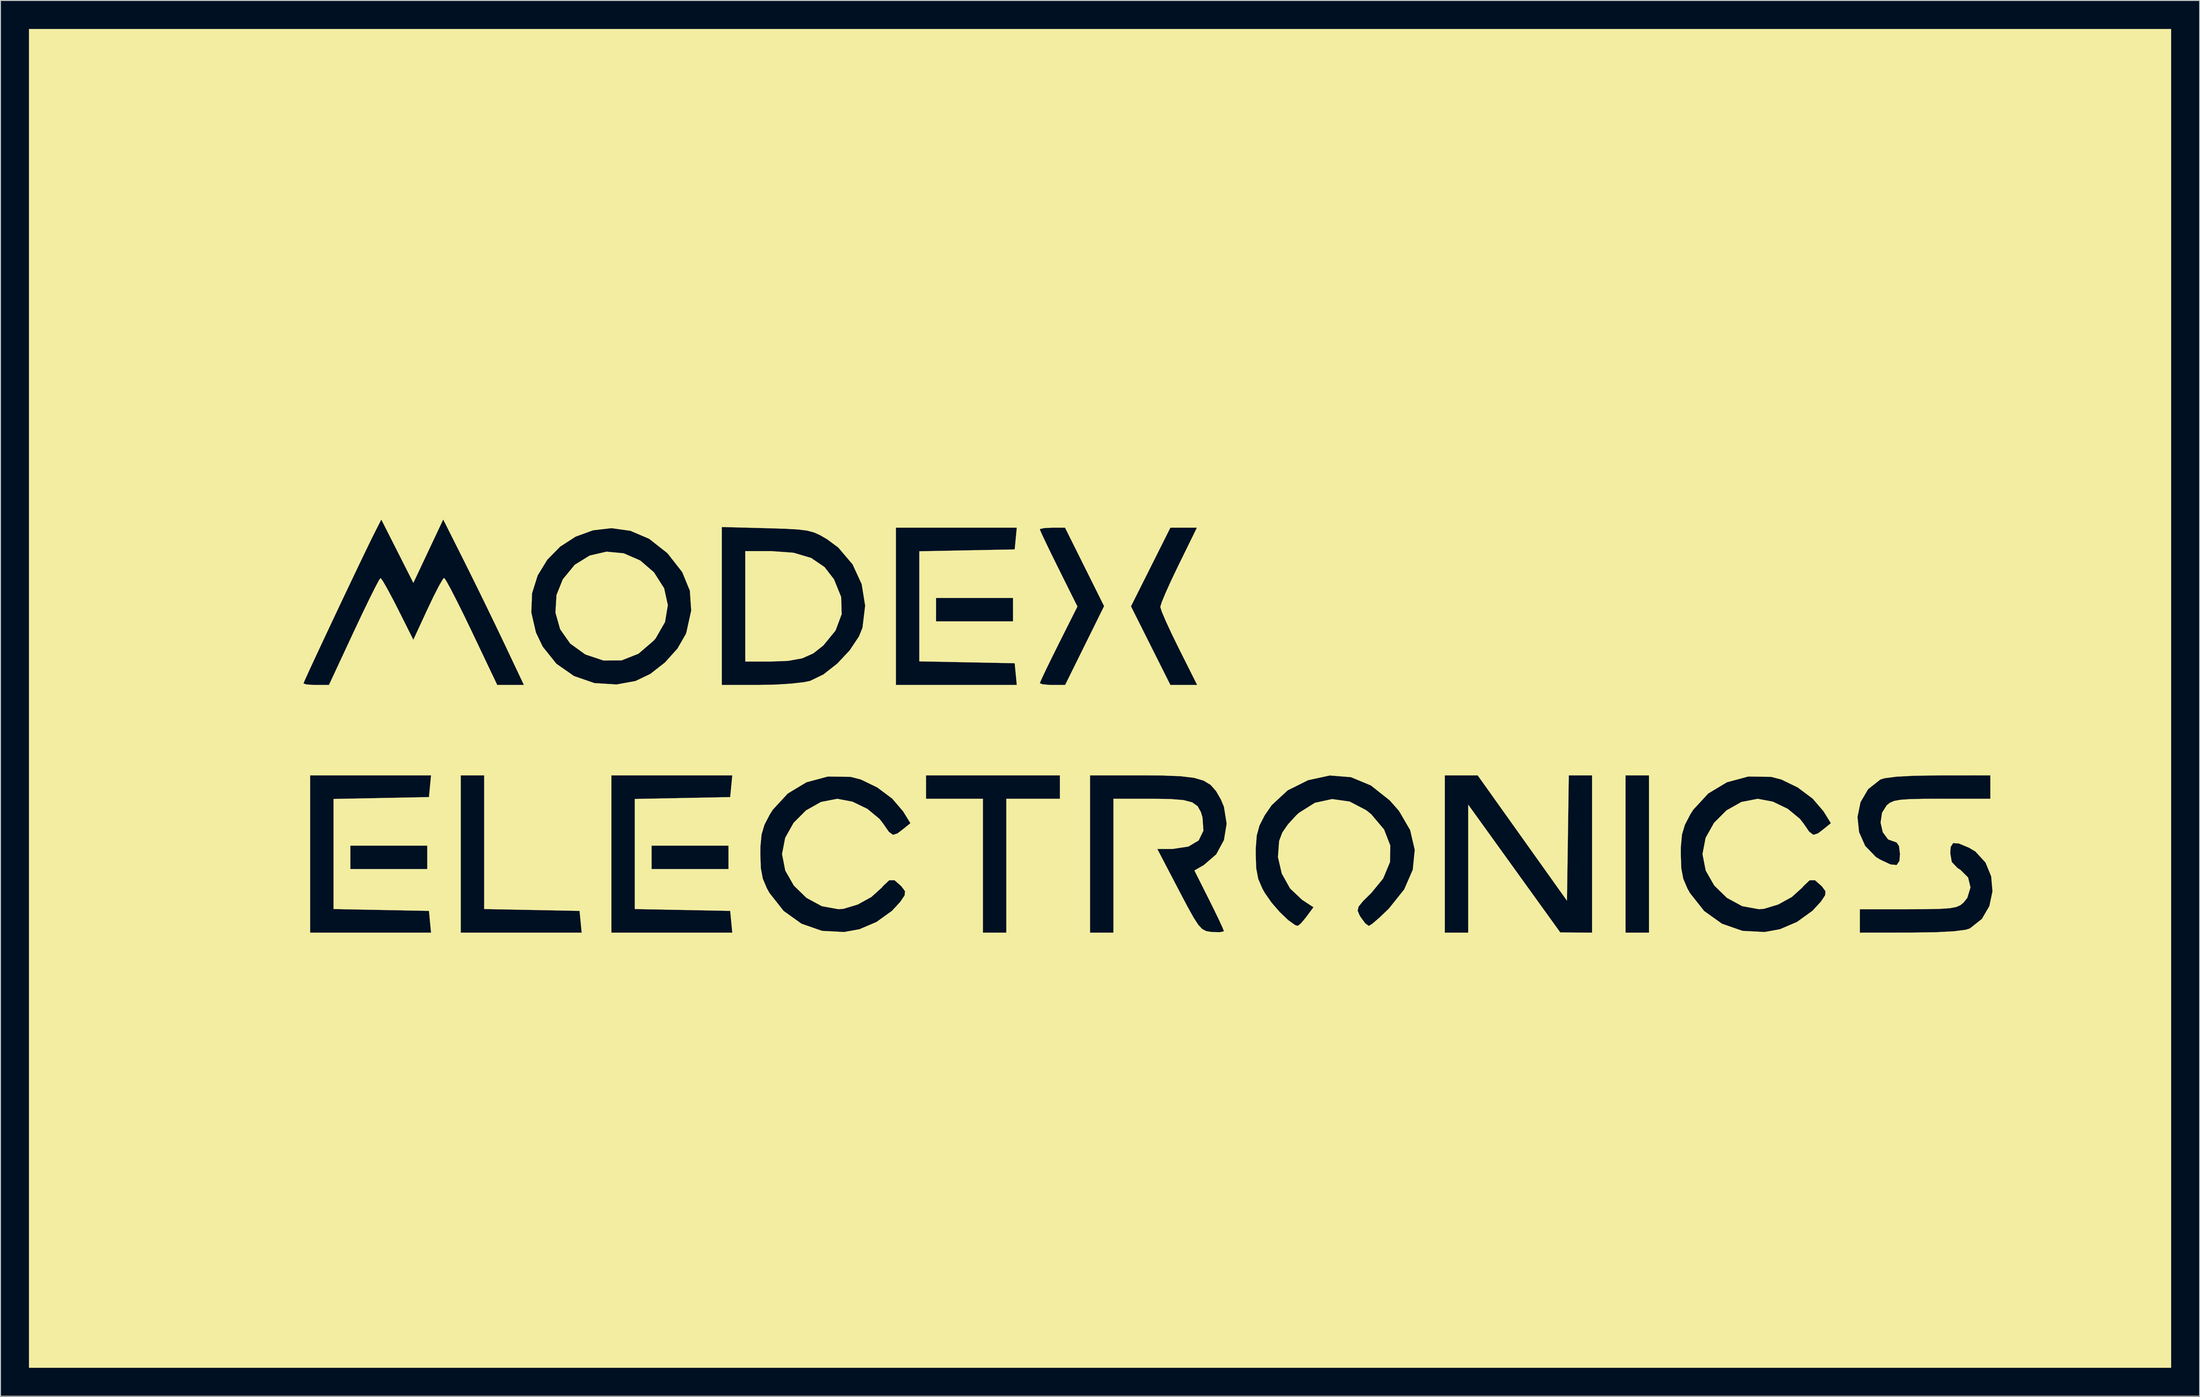
<source format=kicad_pcb>
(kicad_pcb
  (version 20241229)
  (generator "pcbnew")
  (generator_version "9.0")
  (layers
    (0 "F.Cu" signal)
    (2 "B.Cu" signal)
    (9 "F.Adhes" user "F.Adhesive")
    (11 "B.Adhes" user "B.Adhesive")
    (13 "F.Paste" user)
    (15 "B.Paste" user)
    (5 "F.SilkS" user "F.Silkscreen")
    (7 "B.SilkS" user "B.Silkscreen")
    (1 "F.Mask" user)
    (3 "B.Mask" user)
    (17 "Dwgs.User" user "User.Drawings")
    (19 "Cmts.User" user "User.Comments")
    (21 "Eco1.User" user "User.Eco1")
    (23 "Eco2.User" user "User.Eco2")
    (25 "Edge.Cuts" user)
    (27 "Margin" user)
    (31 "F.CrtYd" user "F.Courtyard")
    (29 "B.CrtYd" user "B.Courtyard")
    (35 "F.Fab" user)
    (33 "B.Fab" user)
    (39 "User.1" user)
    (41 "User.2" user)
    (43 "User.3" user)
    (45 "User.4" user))
  (footprint "modex"
    (layer "F.Cu")
    (at 112.894 70.561)
    (property "Reference" "modex" (at 0 0 0) (layer "F.SilkS") (effects (font (size 1.524 1.524) (thickness 0.3))))
    (attr through_hole)
    (fp_poly (pts (xy -32.304 -15.349) (xy -30.453 -14.801) (xy -29.037 -13.837) (xy -28.041 -12.547) (xy -27.286 -10.682) (xy -27.233 -8.877) (xy -27.877 -7.152) (xy -29.161 -5.579) (xy -30.221 -4.743) (xy -31.393 -4.221) (xy -32.873 -3.953) (xy -34.772 -3.881) (xy -37.394 -3.881) (xy -37.394 -15.522) (xy -34.684 -15.522) (xy -32.304 -15.349)) (stroke (width 0.01) (type solid)) (fill yes) (layer "F.SilkS"))
    (fp_poly (pts (xy -50.21 -15.291) (xy -48.466 -14.533) (xy -47.02 -13.289) (xy -45.946 -11.605) (xy -45.556 -9.831) (xy -45.851 -8.049) (xy -46.83 -6.34) (xy -47.036 -6.095) (xy -48.645 -4.71) (xy -50.424 -4.005) (xy -52.331 -3.988) (xy -54.249 -4.628) (xy -55.84 -5.771) (xy -56.905 -7.288) (xy -57.401 -9.042) (xy -57.288 -10.895) (xy -56.626 -12.547) (xy -55.366 -14.079) (xy -53.79 -15.053) (xy -52.028 -15.461) (xy -50.21 -15.291)) (stroke (width 0.01) (type solid)) (fill yes) (layer "F.SilkS"))
    (fp_poly (pts (xy 112.889 70.556) (xy -112.889 70.556) (xy -112.889 8.114) (xy -83.256 8.114) (xy -83.256 24.694) (xy -70.511 24.694) (xy -70.732 22.401) (xy -75.759 22.304) (xy -80.786 22.206) (xy -80.786 15.522) (xy -79.022 15.522) (xy -79.022 17.992) (xy -70.908 17.992) (xy -70.908 15.522) (xy -79.022 15.522) (xy -80.786 15.522) (xy -80.786 10.603) (xy -75.759 10.505) (xy -70.732 10.407) (xy -70.511 8.114) (xy -67.381 8.114) (xy -67.381 24.694) (xy -54.636 24.694) (xy -54.857 22.401) (xy -59.884 22.304) (xy -64.911 22.206) (xy -64.911 8.114) (xy -51.506 8.114) (xy -51.506 24.694) (xy -38.761 24.694) (xy -38.982 22.401) (xy -44.009 22.304) (xy -49.036 22.206) (xy -49.036 15.522) (xy -47.272 15.522) (xy -47.272 17.992) (xy -39.158 17.992) (xy -39.158 16.404) (xy -35.807 16.404) (xy -35.754 17.906) (xy -35.546 19.013) (xy -35.111 20.035) (xy -34.835 20.526) (xy -33.344 22.413) (xy -31.465 23.755) (xy -29.304 24.507) (xy -26.968 24.629) (xy -25.359 24.336) (xy -23.559 23.568) (xy -21.925 22.391) (xy -21.048 21.44) (xy -20.592 20.759) (xy -20.556 20.324) (xy -20.93 19.822) (xy -20.982 19.764) (xy -21.661 19.172) (xy -22.228 19.175) (xy -22.88 19.79) (xy -23.001 19.942) (xy -24.095 20.931) (xy -25.542 21.73) (xy -27.024 22.179) (xy -27.568 22.225) (xy -29.332 21.902) (xy -30.948 21.025) (xy -32.276 19.729) (xy -33.178 18.149) (xy -33.514 16.422) (xy -33.514 16.404) (xy -33.186 14.697) (xy -32.298 13.119) (xy -30.994 11.813) (xy -29.418 10.923) (xy -27.714 10.591) (xy -27.67 10.591) (xy -26.104 10.887) (xy -24.53 11.645) (xy -23.243 12.708) (xy -22.863 13.198) (xy -22.265 14.062) (xy -21.829 14.386) (xy -21.347 14.233) (xy -20.792 13.811) (xy -19.985 13.158) (xy -20.766 11.895) (xy -21.905 10.566) (xy -23.476 9.392) (xy -25.204 8.553) (xy -26.29 8.271) (xy -28.695 8.239) (xy -30.941 8.842) (xy -32.911 10.026) (xy -34.491 11.736) (xy -34.806 12.232) (xy -35.375 13.328) (xy -35.68 14.354) (xy -35.797 15.621) (xy -35.807 16.404) (xy -39.158 16.404) (xy -39.158 15.522) (xy -47.272 15.522) (xy -49.036 15.522) (xy -49.036 10.603) (xy -44.009 10.505) (xy -38.982 10.407) (xy -38.761 8.114) (xy -18.344 8.114) (xy -18.344 10.583) (xy -12.347 10.583) (xy -12.347 24.694) (xy -9.878 24.694) (xy -9.878 10.583) (xy -4.233 10.583) (xy -4.233 8.114) (xy -1.058 8.114) (xy -1.058 24.694) (xy 1.411 24.694) (xy 1.411 10.583) (xy 5.443 10.583) (xy 7.41 10.61) (xy 8.792 10.721) (xy 9.71 10.959) (xy 10.283 11.368) (xy 10.631 11.993) (xy 10.797 12.548) (xy 10.893 13.948) (xy 10.394 14.975) (xy 9.311 15.62) (xy 7.654 15.872) (xy 7.404 15.875) (xy 6.034 15.875) (xy 8.291 20.197) (xy 9.198 21.918) (xy 9.861 23.112) (xy 10.36 23.878) (xy 10.774 24.318) (xy 11.183 24.53) (xy 11.665 24.615) (xy 11.801 24.628) (xy 12.622 24.649) (xy 13.039 24.561) (xy 13.053 24.532) (xy 12.904 24.149) (xy 12.504 23.283) (xy 11.921 22.082) (xy 11.499 21.235) (xy 9.946 18.142) (xy 10.94 17.571) (xy 12.245 16.444) (xy 12.267 16.404) (xy 16.404 16.404) (xy 16.457 17.906) (xy 16.665 19.014) (xy 17.1 20.036) (xy 17.374 20.524) (xy 18.067 21.518) (xy 18.935 22.519) (xy 19.816 23.364) (xy 20.547 23.89) (xy 20.836 23.985) (xy 21.157 23.733) (xy 21.682 23.111) (xy 21.763 23.003) (xy 22.492 22.017) (xy 21.308 21.241) (xy 20.025 20.033) (xy 19.154 18.465) (xy 18.751 16.733) (xy 18.876 15.032) (xy 19.208 14.146) (xy 19.8 13.29) (xy 20.662 12.345) (xy 20.965 12.064) (xy 22.646 11.01) (xy 24.462 10.615) (xy 26.304 10.877) (xy 28.061 11.793) (xy 28.593 12.23) (xy 29.936 13.822) (xy 30.591 15.517) (xy 30.558 17.258) (xy 29.836 18.991) (xy 28.593 20.504) (xy 27.703 21.386) (xy 27.247 21.953) (xy 27.15 22.379) (xy 27.336 22.836) (xy 27.47 23.062) (xy 27.952 23.715) (xy 28.325 23.989) (xy 28.327 23.989) (xy 28.702 23.755) (xy 29.419 23.139) (xy 30.333 22.266) (xy 30.462 22.137) (xy 32.059 20.134) (xy 32.962 18.062) (xy 33.171 15.964) (xy 32.685 13.882) (xy 31.505 11.856) (xy 30.527 10.748) (xy 28.549 9.18) (xy 26.446 8.306) (xy 24.221 8.127) (xy 21.93 8.623) (xy 19.766 9.7) (xy 18.087 11.26) (xy 17.34 12.347) (xy 16.802 13.404) (xy 16.516 14.446) (xy 16.411 15.773) (xy 16.404 16.404) (xy 12.267 16.404) (xy 13.061 14.934) (xy 13.346 13.204) (xy 13.057 11.418) (xy 12.735 10.653) (xy 12.229 9.775) (xy 11.658 9.125) (xy 10.915 8.668) (xy 9.89 8.372) (xy 8.472 8.204) (xy 6.553 8.129) (xy 4.427 8.114) (xy 36.336 8.114) (xy 36.336 24.694) (xy 38.806 24.694) (xy 38.806 11.206) (xy 43.656 17.94) (xy 48.507 24.674) (xy 50.183 24.684) (xy 51.858 24.694) (xy 51.858 8.114) (xy 55.386 8.114) (xy 55.386 24.694) (xy 57.856 24.694) (xy 57.856 16.404) (xy 61.207 16.404) (xy 61.26 17.906) (xy 61.468 19.013) (xy 61.903 20.035) (xy 62.178 20.526) (xy 63.669 22.413) (xy 65.549 23.755) (xy 67.71 24.507) (xy 70.046 24.629) (xy 71.655 24.336) (xy 73.454 23.568) (xy 75.089 22.391) (xy 75.242 22.225) (xy 80.081 22.225) (xy 80.081 24.694) (xy 85.46 24.689) (xy 88.078 24.653) (xy 90.015 24.552) (xy 91.263 24.385) (xy 91.688 24.248) (xy 92.946 23.248) (xy 93.736 21.89) (xy 94.062 20.338) (xy 93.924 18.754) (xy 93.325 17.303) (xy 92.266 16.147) (xy 91.598 15.747) (xy 90.52 15.296) (xy 89.914 15.254) (xy 89.653 15.658) (xy 89.608 16.316) (xy 89.77 17.248) (xy 90.38 17.888) (xy 90.666 18.063) (xy 91.489 18.878) (xy 91.742 19.933) (xy 91.406 21.028) (xy 91.017 21.519) (xy 90.68 21.798) (xy 90.239 21.992) (xy 89.572 22.117) (xy 88.556 22.187) (xy 87.068 22.218) (xy 85.196 22.225) (xy 80.081 22.225) (xy 75.242 22.225) (xy 75.965 21.44) (xy 76.422 20.759) (xy 76.458 20.324) (xy 76.084 19.822) (xy 76.031 19.764) (xy 75.353 19.172) (xy 74.786 19.175) (xy 74.134 19.79) (xy 74.013 19.942) (xy 72.919 20.931) (xy 71.472 21.73) (xy 69.99 22.179) (xy 69.446 22.225) (xy 67.681 21.902) (xy 66.066 21.025) (xy 64.738 19.729) (xy 63.836 18.149) (xy 63.5 16.422) (xy 63.5 16.404) (xy 63.828 14.697) (xy 64.716 13.119) (xy 66.02 11.813) (xy 67.596 10.923) (xy 69.3 10.591) (xy 69.344 10.591) (xy 70.91 10.887) (xy 72.483 11.645) (xy 73.771 12.708) (xy 74.151 13.198) (xy 74.748 14.062) (xy 75.184 14.386) (xy 75.667 14.233) (xy 76.222 13.811) (xy 77.028 13.158) (xy 76.622 12.5) (xy 79.833 12.5) (xy 79.996 14.091) (xy 80.64 15.55) (xy 81.767 16.715) (xy 82.219 16.994) (xy 83.316 17.508) (xy 83.958 17.568) (xy 84.253 17.144) (xy 84.314 16.404) (xy 84.209 15.56) (xy 83.941 15.175) (xy 83.901 15.169) (xy 83.063 14.87) (xy 82.501 14.111) (xy 82.268 13.104) (xy 82.419 12.06) (xy 82.903 11.289) (xy 83.239 11.011) (xy 83.68 10.817) (xy 84.347 10.692) (xy 85.364 10.621) (xy 86.852 10.59) (xy 88.724 10.583) (xy 93.839 10.583) (xy 93.839 8.114) (xy 88.459 8.119) (xy 85.842 8.155) (xy 83.904 8.257) (xy 82.656 8.424) (xy 82.231 8.56) (xy 80.951 9.573) (xy 80.151 10.94) (xy 79.833 12.5) (xy 76.622 12.5) (xy 76.248 11.895) (xy 75.108 10.566) (xy 73.538 9.392) (xy 71.81 8.553) (xy 70.724 8.271) (xy 68.319 8.239) (xy 66.073 8.842) (xy 64.103 10.026) (xy 62.523 11.736) (xy 62.208 12.232) (xy 61.639 13.328) (xy 61.333 14.354) (xy 61.217 15.621) (xy 61.207 16.404) (xy 57.856 16.404) (xy 57.856 8.114) (xy 55.386 8.114) (xy 51.858 8.114) (xy 49.404 8.114) (xy 49.308 14.721) (xy 49.212 21.328) (xy 44.507 14.721) (xy 39.801 8.114) (xy 36.336 8.114) (xy 4.427 8.114) (xy -1.058 8.114) (xy -4.233 8.114) (xy -18.344 8.114) (xy -38.761 8.114) (xy -51.506 8.114) (xy -64.911 8.114) (xy -67.381 8.114) (xy -70.511 8.114) (xy -83.256 8.114) (xy -112.889 8.114) (xy -112.889 -1.567) (xy -83.961 -1.567) (xy -83.649 -1.467) (xy -82.873 -1.414) (xy -82.617 -1.411) (xy -81.273 -1.411) (xy -78.649 -7.044) (xy -77.79 -8.866) (xy -77.028 -10.443) (xy -76.414 -11.673) (xy -75.999 -12.455) (xy -75.838 -12.689) (xy -75.614 -12.399) (xy -75.153 -11.607) (xy -74.53 -10.444) (xy -74.015 -9.437) (xy -72.378 -6.174) (xy -70.87 -9.437) (xy -70.22 -10.799) (xy -69.664 -11.882) (xy -69.272 -12.551) (xy -69.135 -12.7) (xy -68.918 -12.397) (xy -68.454 -11.557) (xy -67.798 -10.281) (xy -67 -8.672) (xy -66.222 -7.056) (xy -63.536 -1.411) (xy -60.724 -1.411) (xy -39.864 -1.411) (xy -35.936 -1.411) (xy -34.172 -1.45) (xy -32.514 -1.556) (xy -31.184 -1.71) (xy -30.556 -1.84) (xy -29.155 -2.521) (xy -27.702 -3.659) (xy -26.389 -5.058) (xy -25.411 -6.523) (xy -25.036 -7.446) (xy -24.756 -9.771) (xy -25.123 -12.044) (xy -26.084 -14.129) (xy -27.587 -15.894) (xy -28.732 -16.748) (xy -29.468 -17.182) (xy -30.127 -17.484) (xy -30.865 -17.681) (xy -31.837 -17.804) (xy -33.2 -17.879) (xy -35.109 -17.937) (xy -35.161 -17.938) (xy -37.213 -17.992) (xy -21.519 -17.992) (xy -21.519 -1.411) (xy -8.775 -1.411) (xy -8.996 -3.704) (xy -14.023 -3.802) (xy -19.05 -3.9) (xy -19.05 -10.583) (xy -17.286 -10.583) (xy -17.286 -8.114) (xy -9.172 -8.114) (xy -9.172 -10.583) (xy -17.286 -10.583) (xy -19.05 -10.583) (xy -19.05 -15.503) (xy -14.023 -15.601) (xy -8.996 -15.699) (xy -8.791 -17.819) (xy -6.35 -17.819) (xy -6.202 -17.456) (xy -5.796 -16.587) (xy -5.194 -15.34) (xy -4.455 -13.839) (xy -4.368 -13.664) (xy -2.385 -9.681) (xy -4.368 -5.729) (xy -5.12 -4.214) (xy -5.742 -2.937) (xy -6.171 -2.025) (xy -6.349 -1.603) (xy -6.35 -1.593) (xy -6.038 -1.477) (xy -5.263 -1.414) (xy -5.015 -1.411) (xy -3.681 -1.411) (xy -1.627 -5.565) (xy 0.418 -9.701) (xy 3.258 -9.701) (xy 5.336 -5.556) (xy 7.414 -1.411) (xy 10.236 -1.411) (xy 8.293 -5.286) (xy 7.543 -6.818) (xy 6.928 -8.148) (xy 6.509 -9.134) (xy 6.35 -9.638) (xy 6.35 -9.643) (xy 6.499 -10.132) (xy 6.904 -11.11) (xy 7.505 -12.44) (xy 8.241 -13.98) (xy 8.28 -14.059) (xy 10.21 -17.992) (xy 7.414 -17.992) (xy 5.336 -13.846) (xy 3.258 -9.701) (xy 0.418 -9.701) (xy 0.428 -9.72) (xy -1.631 -13.856) (xy -3.69 -17.992) (xy -5.02 -17.992) (xy -5.874 -17.951) (xy -6.327 -17.851) (xy -6.35 -17.819) (xy -8.791 -17.819) (xy -8.775 -17.992) (xy -21.519 -17.992) (xy -37.213 -17.992) (xy -39.864 -18.061) (xy -39.864 -1.411) (xy -60.724 -1.411) (xy -62.768 -5.733) (xy -63.78 -7.848) (xy -64.368 -9.06) (xy -59.949 -9.06) (xy -59.457 -6.935) (xy -58.748 -5.455) (xy -57.304 -3.649) (xy -55.447 -2.353) (xy -53.294 -1.609) (xy -50.962 -1.462) (xy -48.953 -1.83) (xy -47.399 -2.575) (xy -45.858 -3.78) (xy -44.544 -5.241) (xy -43.671 -6.754) (xy -43.6 -6.946) (xy -43.091 -9.251) (xy -43.232 -11.352) (xy -44.043 -13.321) (xy -45.539 -15.229) (xy -45.673 -15.365) (xy -47.529 -16.822) (xy -49.494 -17.661) (xy -51.489 -17.941) (xy -53.44 -17.717) (xy -55.271 -17.049) (xy -56.905 -15.995) (xy -58.265 -14.611) (xy -59.277 -12.955) (xy -59.864 -11.085) (xy -59.949 -9.06) (xy -64.368 -9.06) (xy -64.955 -10.27) (xy -66.136 -12.675) (xy -67.021 -14.455) (xy -69.229 -18.855) (xy -70.803 -15.513) (xy -72.377 -12.171) (xy -74.066 -15.511) (xy -75.755 -18.85) (xy -76.467 -17.451) (xy -76.884 -16.611) (xy -77.501 -15.335) (xy -78.271 -13.73) (xy -79.143 -11.899) (xy -80.068 -9.948) (xy -80.996 -7.981) (xy -81.878 -6.104) (xy -82.664 -4.422) (xy -83.306 -3.039) (xy -83.752 -2.06) (xy -83.954 -1.591) (xy -83.961 -1.567) (xy -112.889 -1.567) (xy -112.889 -70.556) (xy 112.889 -70.556) (xy 112.889 70.556)) (stroke (width 0.01) (type solid)) (fill yes) (layer "F.SilkS")))
  (gr_rect
    (start -3 -3)
    (end 228.788 144.121)
    (stroke (width 0.1) (type default))
    (fill no)
    (layer "Edge.Cuts")))
</source>
